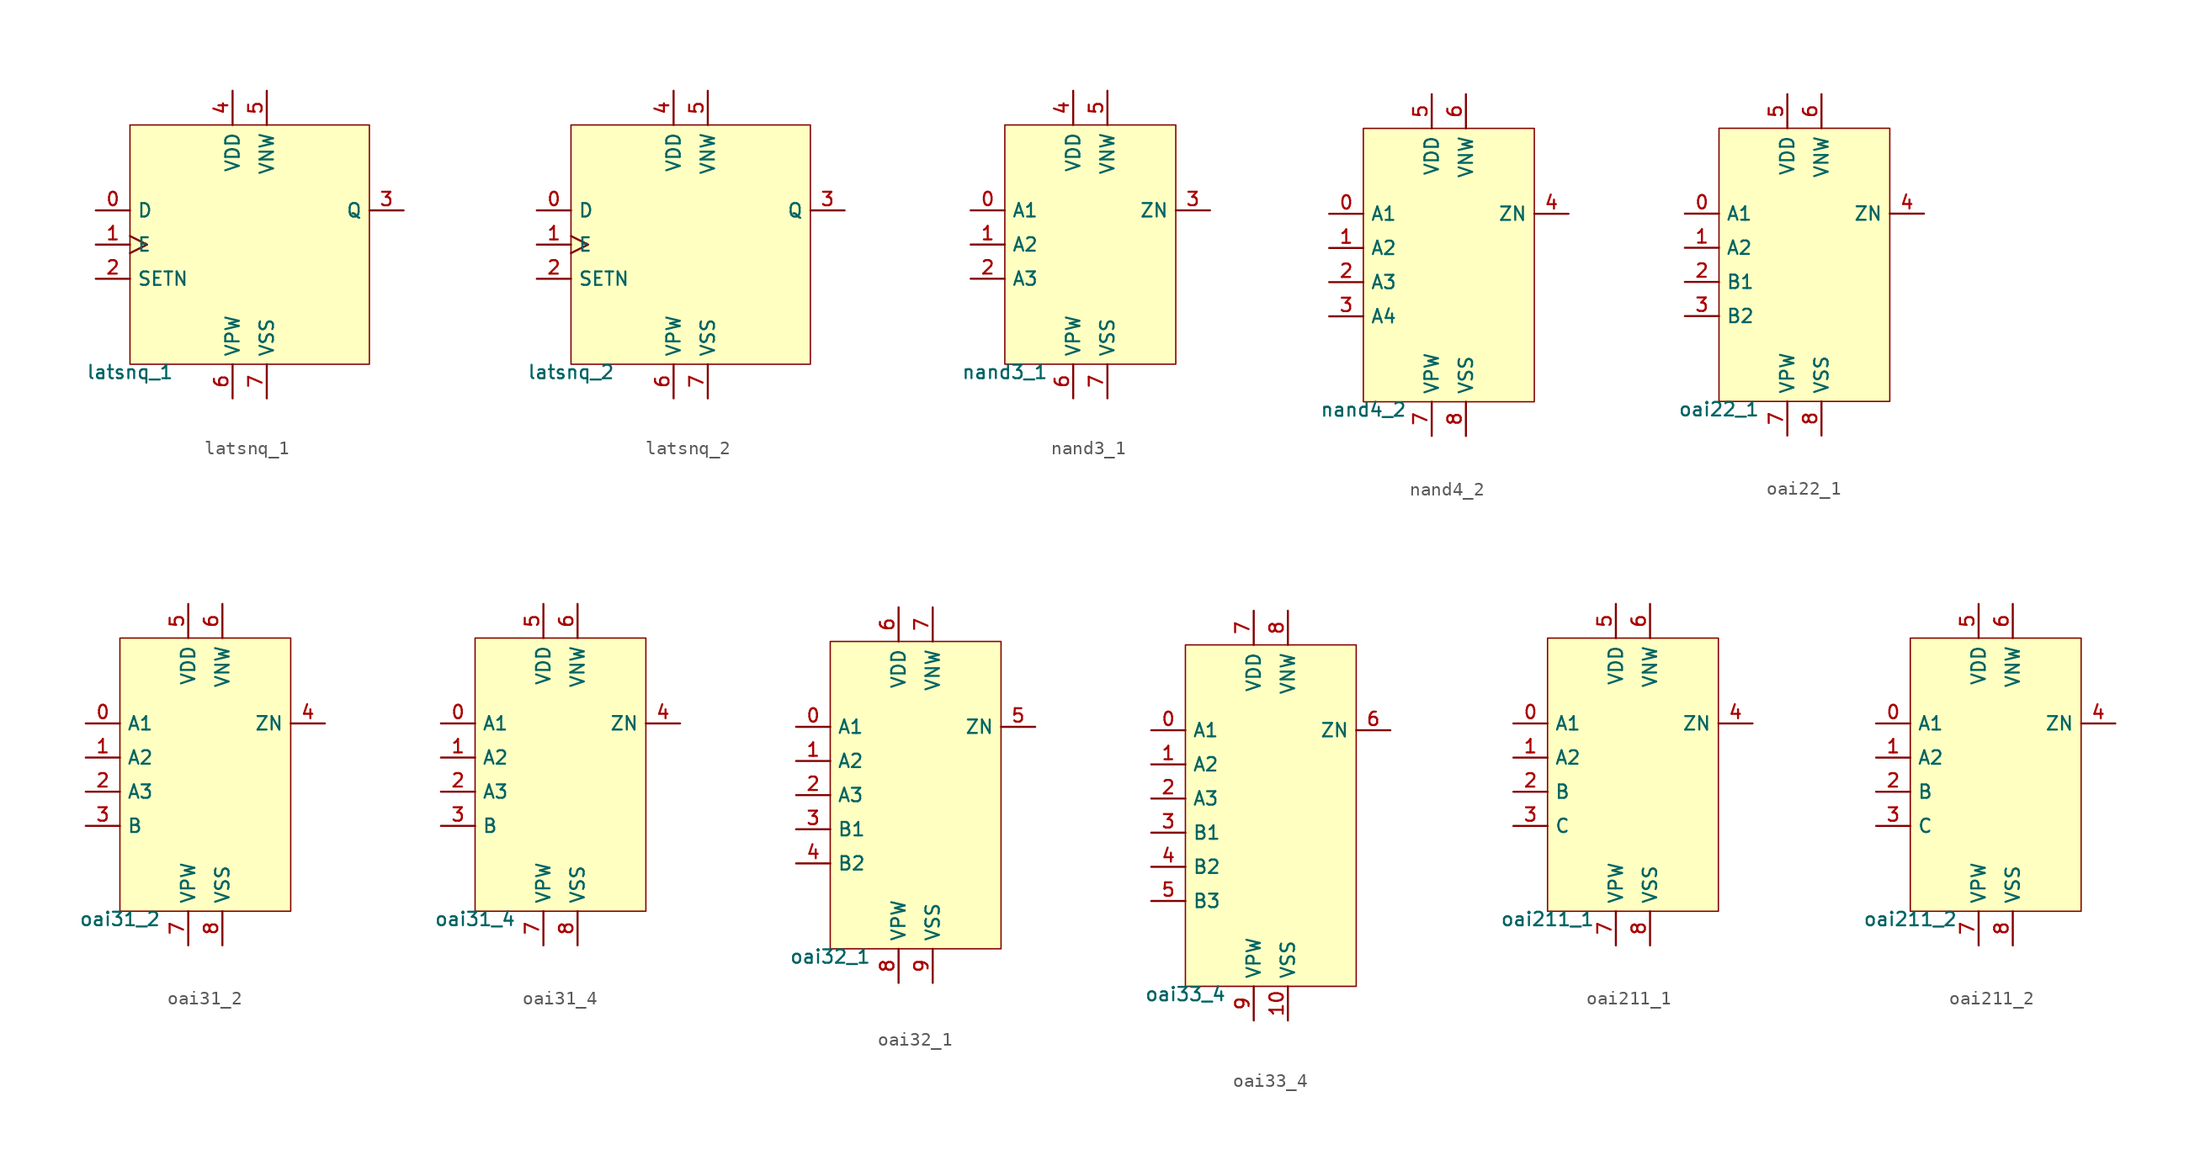
<source format=kicad_sym>
(kicad_symbol_lib
  (version 20211014)
  (generator pdk2kicad)
  (symbol "latsnq_1"
    (property "Reference" "X"
      (at 0 0 0)
      (effects (font (size 1 1)) hide))
    (property "Value" "latsnq_1"
      (at -8.89 -8.89 0)
      (effects (font (size 1 1)) (justify top)))
    (rectangle
      (start -8.89 -8.89)
      (end 8.89 8.89)
      (stroke (width 0.1) (type solid) (color 0 0 0 0))
      (fill (type background)))
    (pin input line
      (at -11.43 2.54 0)
      (length 2.54)
      (name "D" (effects (font (size 1 1)) hide))
      (number "0" (effects (font (size 1 1)) hide)))
    (pin input clock
      (at -11.43 4.440892098500626e-16 0)
      (length 2.54)
      (name "E" (effects (font (size 1 1)) hide))
      (number "1" (effects (font (size 1 1)) hide)))
    (pin input line
      (at -11.43 -2.54 0)
      (length 2.54)
      (name "SETN" (effects (font (size 1 1)) hide))
      (number "2" (effects (font (size 1 1)) hide)))
    (pin output line
      (at 11.43 2.54 180)
      (length 2.54)
      (name "Q" (effects (font (size 1 1)) hide))
      (number "3" (effects (font (size 1 1)) hide)))
    (pin power_in line
      (at -1.27 11.43 270)
      (length 2.54)
      (name "VDD" (effects (font (size 1 1)) hide))
      (number "4" (effects (font (size 1 1)) hide)))
    (pin power_in line
      (at 1.27 11.43 270)
      (length 2.54)
      (name "VNW" (effects (font (size 1 1)) hide))
      (number "5" (effects (font (size 1 1)) hide)))
    (pin power_in line
      (at -1.27 -11.43 90)
      (length 2.54)
      (name "VPW" (effects (font (size 1 1)) hide))
      (number "6" (effects (font (size 1 1)) hide)))
    (pin power_in line
      (at 1.27 -11.43 90)
      (length 2.54)
      (name "VSS" (effects (font (size 1 1)) hide))
      (number "7" (effects (font (size 1 1)) hide))))
  (symbol "latsnq_2"
    (property "Reference" "X"
      (at 0 0 0)
      (effects (font (size 1 1)) hide))
    (property "Value" "latsnq_2"
      (at -8.89 -8.89 0)
      (effects (font (size 1 1)) (justify top)))
    (rectangle
      (start -8.89 -8.89)
      (end 8.89 8.89)
      (stroke (width 0.1) (type solid) (color 0 0 0 0))
      (fill (type background)))
    (pin input line
      (at -11.43 2.54 0)
      (length 2.54)
      (name "D" (effects (font (size 1 1)) hide))
      (number "0" (effects (font (size 1 1)) hide)))
    (pin input clock
      (at -11.43 4.440892098500626e-16 0)
      (length 2.54)
      (name "E" (effects (font (size 1 1)) hide))
      (number "1" (effects (font (size 1 1)) hide)))
    (pin input line
      (at -11.43 -2.54 0)
      (length 2.54)
      (name "SETN" (effects (font (size 1 1)) hide))
      (number "2" (effects (font (size 1 1)) hide)))
    (pin output line
      (at 11.43 2.54 180)
      (length 2.54)
      (name "Q" (effects (font (size 1 1)) hide))
      (number "3" (effects (font (size 1 1)) hide)))
    (pin power_in line
      (at -1.27 11.43 270)
      (length 2.54)
      (name "VDD" (effects (font (size 1 1)) hide))
      (number "4" (effects (font (size 1 1)) hide)))
    (pin power_in line
      (at 1.27 11.43 270)
      (length 2.54)
      (name "VNW" (effects (font (size 1 1)) hide))
      (number "5" (effects (font (size 1 1)) hide)))
    (pin power_in line
      (at -1.27 -11.43 90)
      (length 2.54)
      (name "VPW" (effects (font (size 1 1)) hide))
      (number "6" (effects (font (size 1 1)) hide)))
    (pin power_in line
      (at 1.27 -11.43 90)
      (length 2.54)
      (name "VSS" (effects (font (size 1 1)) hide))
      (number "7" (effects (font (size 1 1)) hide))))
  (symbol "nand3_1"
    (property "Reference" "X"
      (at 0 0 0)
      (effects (font (size 1 1)) hide))
    (property "Value" "nand3_1"
      (at -6.35 -8.89 0)
      (effects (font (size 1 1)) (justify top)))
    (rectangle
      (start -6.35 -8.89)
      (end 6.35 8.89)
      (stroke (width 0.1) (type solid) (color 0 0 0 0))
      (fill (type background)))
    (pin input line
      (at -8.89 2.54 0)
      (length 2.54)
      (name "A1" (effects (font (size 1 1)) hide))
      (number "0" (effects (font (size 1 1)) hide)))
    (pin input line
      (at -8.89 4.440892098500626e-16 0)
      (length 2.54)
      (name "A2" (effects (font (size 1 1)) hide))
      (number "1" (effects (font (size 1 1)) hide)))
    (pin input line
      (at -8.89 -2.54 0)
      (length 2.54)
      (name "A3" (effects (font (size 1 1)) hide))
      (number "2" (effects (font (size 1 1)) hide)))
    (pin output line
      (at 8.89 2.54 180)
      (length 2.54)
      (name "ZN" (effects (font (size 1 1)) hide))
      (number "3" (effects (font (size 1 1)) hide)))
    (pin power_in line
      (at -1.27 11.43 270)
      (length 2.54)
      (name "VDD" (effects (font (size 1 1)) hide))
      (number "4" (effects (font (size 1 1)) hide)))
    (pin power_in line
      (at 1.27 11.43 270)
      (length 2.54)
      (name "VNW" (effects (font (size 1 1)) hide))
      (number "5" (effects (font (size 1 1)) hide)))
    (pin power_in line
      (at -1.27 -11.43 90)
      (length 2.54)
      (name "VPW" (effects (font (size 1 1)) hide))
      (number "6" (effects (font (size 1 1)) hide)))
    (pin power_in line
      (at 1.27 -11.43 90)
      (length 2.54)
      (name "VSS" (effects (font (size 1 1)) hide))
      (number "7" (effects (font (size 1 1)) hide))))
  (symbol "nand4_2"
    (property "Reference" "X"
      (at 0 0 0)
      (effects (font (size 1 1)) hide))
    (property "Value" "nand4_2"
      (at -6.35 -10.16 0)
      (effects (font (size 1 1)) (justify top)))
    (rectangle
      (start -6.35 -10.16)
      (end 6.35 10.16)
      (stroke (width 0.1) (type solid) (color 0 0 0 0))
      (fill (type background)))
    (pin input line
      (at -8.89 3.81 0)
      (length 2.54)
      (name "A1" (effects (font (size 1 1)) hide))
      (number "0" (effects (font (size 1 1)) hide)))
    (pin input line
      (at -8.89 1.27 0)
      (length 2.54)
      (name "A2" (effects (font (size 1 1)) hide))
      (number "1" (effects (font (size 1 1)) hide)))
    (pin input line
      (at -8.89 -1.27 0)
      (length 2.54)
      (name "A3" (effects (font (size 1 1)) hide))
      (number "2" (effects (font (size 1 1)) hide)))
    (pin input line
      (at -8.89 -3.81 0)
      (length 2.54)
      (name "A4" (effects (font (size 1 1)) hide))
      (number "3" (effects (font (size 1 1)) hide)))
    (pin output line
      (at 8.89 3.81 180)
      (length 2.54)
      (name "ZN" (effects (font (size 1 1)) hide))
      (number "4" (effects (font (size 1 1)) hide)))
    (pin power_in line
      (at -1.27 12.7 270)
      (length 2.54)
      (name "VDD" (effects (font (size 1 1)) hide))
      (number "5" (effects (font (size 1 1)) hide)))
    (pin power_in line
      (at 1.27 12.7 270)
      (length 2.54)
      (name "VNW" (effects (font (size 1 1)) hide))
      (number "6" (effects (font (size 1 1)) hide)))
    (pin power_in line
      (at -1.27 -12.7 90)
      (length 2.54)
      (name "VPW" (effects (font (size 1 1)) hide))
      (number "7" (effects (font (size 1 1)) hide)))
    (pin power_in line
      (at 1.27 -12.7 90)
      (length 2.54)
      (name "VSS" (effects (font (size 1 1)) hide))
      (number "8" (effects (font (size 1 1)) hide))))
  (symbol "oai22_1"
    (property "Reference" "X"
      (at 0 0 0)
      (effects (font (size 1 1)) hide))
    (property "Value" "oai22_1"
      (at -6.35 -10.16 0)
      (effects (font (size 1 1)) (justify top)))
    (rectangle
      (start -6.35 -10.16)
      (end 6.35 10.16)
      (stroke (width 0.1) (type solid) (color 0 0 0 0))
      (fill (type background)))
    (pin input line
      (at -8.89 3.81 0)
      (length 2.54)
      (name "A1" (effects (font (size 1 1)) hide))
      (number "0" (effects (font (size 1 1)) hide)))
    (pin input line
      (at -8.89 1.27 0)
      (length 2.54)
      (name "A2" (effects (font (size 1 1)) hide))
      (number "1" (effects (font (size 1 1)) hide)))
    (pin input line
      (at -8.89 -1.27 0)
      (length 2.54)
      (name "B1" (effects (font (size 1 1)) hide))
      (number "2" (effects (font (size 1 1)) hide)))
    (pin input line
      (at -8.89 -3.81 0)
      (length 2.54)
      (name "B2" (effects (font (size 1 1)) hide))
      (number "3" (effects (font (size 1 1)) hide)))
    (pin output line
      (at 8.89 3.81 180)
      (length 2.54)
      (name "ZN" (effects (font (size 1 1)) hide))
      (number "4" (effects (font (size 1 1)) hide)))
    (pin power_in line
      (at -1.27 12.7 270)
      (length 2.54)
      (name "VDD" (effects (font (size 1 1)) hide))
      (number "5" (effects (font (size 1 1)) hide)))
    (pin power_in line
      (at 1.27 12.7 270)
      (length 2.54)
      (name "VNW" (effects (font (size 1 1)) hide))
      (number "6" (effects (font (size 1 1)) hide)))
    (pin power_in line
      (at -1.27 -12.7 90)
      (length 2.54)
      (name "VPW" (effects (font (size 1 1)) hide))
      (number "7" (effects (font (size 1 1)) hide)))
    (pin power_in line
      (at 1.27 -12.7 90)
      (length 2.54)
      (name "VSS" (effects (font (size 1 1)) hide))
      (number "8" (effects (font (size 1 1)) hide))))
  (symbol "oai31_2"
    (property "Reference" "X"
      (at 0 0 0)
      (effects (font (size 1 1)) hide))
    (property "Value" "oai31_2"
      (at -6.35 -10.16 0)
      (effects (font (size 1 1)) (justify top)))
    (rectangle
      (start -6.35 -10.16)
      (end 6.35 10.16)
      (stroke (width 0.1) (type solid) (color 0 0 0 0))
      (fill (type background)))
    (pin input line
      (at -8.89 3.81 0)
      (length 2.54)
      (name "A1" (effects (font (size 1 1)) hide))
      (number "0" (effects (font (size 1 1)) hide)))
    (pin input line
      (at -8.89 1.27 0)
      (length 2.54)
      (name "A2" (effects (font (size 1 1)) hide))
      (number "1" (effects (font (size 1 1)) hide)))
    (pin input line
      (at -8.89 -1.27 0)
      (length 2.54)
      (name "A3" (effects (font (size 1 1)) hide))
      (number "2" (effects (font (size 1 1)) hide)))
    (pin input line
      (at -8.89 -3.81 0)
      (length 2.54)
      (name "B" (effects (font (size 1 1)) hide))
      (number "3" (effects (font (size 1 1)) hide)))
    (pin output line
      (at 8.89 3.81 180)
      (length 2.54)
      (name "ZN" (effects (font (size 1 1)) hide))
      (number "4" (effects (font (size 1 1)) hide)))
    (pin power_in line
      (at -1.27 12.7 270)
      (length 2.54)
      (name "VDD" (effects (font (size 1 1)) hide))
      (number "5" (effects (font (size 1 1)) hide)))
    (pin power_in line
      (at 1.27 12.7 270)
      (length 2.54)
      (name "VNW" (effects (font (size 1 1)) hide))
      (number "6" (effects (font (size 1 1)) hide)))
    (pin power_in line
      (at -1.27 -12.7 90)
      (length 2.54)
      (name "VPW" (effects (font (size 1 1)) hide))
      (number "7" (effects (font (size 1 1)) hide)))
    (pin power_in line
      (at 1.27 -12.7 90)
      (length 2.54)
      (name "VSS" (effects (font (size 1 1)) hide))
      (number "8" (effects (font (size 1 1)) hide))))
  (symbol "oai31_4"
    (property "Reference" "X"
      (at 0 0 0)
      (effects (font (size 1 1)) hide))
    (property "Value" "oai31_4"
      (at -6.35 -10.16 0)
      (effects (font (size 1 1)) (justify top)))
    (rectangle
      (start -6.35 -10.16)
      (end 6.35 10.16)
      (stroke (width 0.1) (type solid) (color 0 0 0 0))
      (fill (type background)))
    (pin input line
      (at -8.89 3.81 0)
      (length 2.54)
      (name "A1" (effects (font (size 1 1)) hide))
      (number "0" (effects (font (size 1 1)) hide)))
    (pin input line
      (at -8.89 1.27 0)
      (length 2.54)
      (name "A2" (effects (font (size 1 1)) hide))
      (number "1" (effects (font (size 1 1)) hide)))
    (pin input line
      (at -8.89 -1.27 0)
      (length 2.54)
      (name "A3" (effects (font (size 1 1)) hide))
      (number "2" (effects (font (size 1 1)) hide)))
    (pin input line
      (at -8.89 -3.81 0)
      (length 2.54)
      (name "B" (effects (font (size 1 1)) hide))
      (number "3" (effects (font (size 1 1)) hide)))
    (pin output line
      (at 8.89 3.81 180)
      (length 2.54)
      (name "ZN" (effects (font (size 1 1)) hide))
      (number "4" (effects (font (size 1 1)) hide)))
    (pin power_in line
      (at -1.27 12.7 270)
      (length 2.54)
      (name "VDD" (effects (font (size 1 1)) hide))
      (number "5" (effects (font (size 1 1)) hide)))
    (pin power_in line
      (at 1.27 12.7 270)
      (length 2.54)
      (name "VNW" (effects (font (size 1 1)) hide))
      (number "6" (effects (font (size 1 1)) hide)))
    (pin power_in line
      (at -1.27 -12.7 90)
      (length 2.54)
      (name "VPW" (effects (font (size 1 1)) hide))
      (number "7" (effects (font (size 1 1)) hide)))
    (pin power_in line
      (at 1.27 -12.7 90)
      (length 2.54)
      (name "VSS" (effects (font (size 1 1)) hide))
      (number "8" (effects (font (size 1 1)) hide))))
  (symbol "oai32_1"
    (property "Reference" "X"
      (at 0 0 0)
      (effects (font (size 1 1)) hide))
    (property "Value" "oai32_1"
      (at -6.35 -11.43 0)
      (effects (font (size 1 1)) (justify top)))
    (rectangle
      (start -6.35 -11.43)
      (end 6.35 11.43)
      (stroke (width 0.1) (type solid) (color 0 0 0 0))
      (fill (type background)))
    (pin input line
      (at -8.89 5.08 0)
      (length 2.54)
      (name "A1" (effects (font (size 1 1)) hide))
      (number "0" (effects (font (size 1 1)) hide)))
    (pin input line
      (at -8.89 2.54 0)
      (length 2.54)
      (name "A2" (effects (font (size 1 1)) hide))
      (number "1" (effects (font (size 1 1)) hide)))
    (pin input line
      (at -8.89 -4.440892098500626e-16 0)
      (length 2.54)
      (name "A3" (effects (font (size 1 1)) hide))
      (number "2" (effects (font (size 1 1)) hide)))
    (pin input line
      (at -8.89 -2.54 0)
      (length 2.54)
      (name "B1" (effects (font (size 1 1)) hide))
      (number "3" (effects (font (size 1 1)) hide)))
    (pin input line
      (at -8.89 -5.08 0)
      (length 2.54)
      (name "B2" (effects (font (size 1 1)) hide))
      (number "4" (effects (font (size 1 1)) hide)))
    (pin output line
      (at 8.89 5.08 180)
      (length 2.54)
      (name "ZN" (effects (font (size 1 1)) hide))
      (number "5" (effects (font (size 1 1)) hide)))
    (pin power_in line
      (at -1.27 13.97 270)
      (length 2.54)
      (name "VDD" (effects (font (size 1 1)) hide))
      (number "6" (effects (font (size 1 1)) hide)))
    (pin power_in line
      (at 1.27 13.97 270)
      (length 2.54)
      (name "VNW" (effects (font (size 1 1)) hide))
      (number "7" (effects (font (size 1 1)) hide)))
    (pin power_in line
      (at -1.27 -13.97 90)
      (length 2.54)
      (name "VPW" (effects (font (size 1 1)) hide))
      (number "8" (effects (font (size 1 1)) hide)))
    (pin power_in line
      (at 1.27 -13.97 90)
      (length 2.54)
      (name "VSS" (effects (font (size 1 1)) hide))
      (number "9" (effects (font (size 1 1)) hide))))
  (symbol "oai33_4"
    (property "Reference" "X"
      (at 0 0 0)
      (effects (font (size 1 1)) hide))
    (property "Value" "oai33_4"
      (at -6.35 -12.7 0)
      (effects (font (size 1 1)) (justify top)))
    (rectangle
      (start -6.35 -12.7)
      (end 6.35 12.7)
      (stroke (width 0.1) (type solid) (color 0 0 0 0))
      (fill (type background)))
    (pin input line
      (at -8.89 6.35 0)
      (length 2.54)
      (name "A1" (effects (font (size 1 1)) hide))
      (number "0" (effects (font (size 1 1)) hide)))
    (pin input line
      (at -8.89 3.81 0)
      (length 2.54)
      (name "A2" (effects (font (size 1 1)) hide))
      (number "1" (effects (font (size 1 1)) hide)))
    (pin input line
      (at -8.89 1.27 0)
      (length 2.54)
      (name "A3" (effects (font (size 1 1)) hide))
      (number "2" (effects (font (size 1 1)) hide)))
    (pin input line
      (at -8.89 -1.27 0)
      (length 2.54)
      (name "B1" (effects (font (size 1 1)) hide))
      (number "3" (effects (font (size 1 1)) hide)))
    (pin input line
      (at -8.89 -3.81 0)
      (length 2.54)
      (name "B2" (effects (font (size 1 1)) hide))
      (number "4" (effects (font (size 1 1)) hide)))
    (pin input line
      (at -8.89 -6.35 0)
      (length 2.54)
      (name "B3" (effects (font (size 1 1)) hide))
      (number "5" (effects (font (size 1 1)) hide)))
    (pin output line
      (at 8.89 6.35 180)
      (length 2.54)
      (name "ZN" (effects (font (size 1 1)) hide))
      (number "6" (effects (font (size 1 1)) hide)))
    (pin power_in line
      (at -1.27 15.24 270)
      (length 2.54)
      (name "VDD" (effects (font (size 1 1)) hide))
      (number "7" (effects (font (size 1 1)) hide)))
    (pin power_in line
      (at 1.27 15.24 270)
      (length 2.54)
      (name "VNW" (effects (font (size 1 1)) hide))
      (number "8" (effects (font (size 1 1)) hide)))
    (pin power_in line
      (at -1.27 -15.24 90)
      (length 2.54)
      (name "VPW" (effects (font (size 1 1)) hide))
      (number "9" (effects (font (size 1 1)) hide)))
    (pin power_in line
      (at 1.27 -15.24 90)
      (length 2.54)
      (name "VSS" (effects (font (size 1 1)) hide))
      (number "10" (effects (font (size 1 1)) hide))))
  (symbol "oai211_1"
    (property "Reference" "X"
      (at 0 0 0)
      (effects (font (size 1 1)) hide))
    (property "Value" "oai211_1"
      (at -6.35 -10.16 0)
      (effects (font (size 1 1)) (justify top)))
    (rectangle
      (start -6.35 -10.16)
      (end 6.35 10.16)
      (stroke (width 0.1) (type solid) (color 0 0 0 0))
      (fill (type background)))
    (pin input line
      (at -8.89 3.81 0)
      (length 2.54)
      (name "A1" (effects (font (size 1 1)) hide))
      (number "0" (effects (font (size 1 1)) hide)))
    (pin input line
      (at -8.89 1.27 0)
      (length 2.54)
      (name "A2" (effects (font (size 1 1)) hide))
      (number "1" (effects (font (size 1 1)) hide)))
    (pin input line
      (at -8.89 -1.27 0)
      (length 2.54)
      (name "B" (effects (font (size 1 1)) hide))
      (number "2" (effects (font (size 1 1)) hide)))
    (pin input line
      (at -8.89 -3.81 0)
      (length 2.54)
      (name "C" (effects (font (size 1 1)) hide))
      (number "3" (effects (font (size 1 1)) hide)))
    (pin output line
      (at 8.89 3.81 180)
      (length 2.54)
      (name "ZN" (effects (font (size 1 1)) hide))
      (number "4" (effects (font (size 1 1)) hide)))
    (pin power_in line
      (at -1.27 12.7 270)
      (length 2.54)
      (name "VDD" (effects (font (size 1 1)) hide))
      (number "5" (effects (font (size 1 1)) hide)))
    (pin power_in line
      (at 1.27 12.7 270)
      (length 2.54)
      (name "VNW" (effects (font (size 1 1)) hide))
      (number "6" (effects (font (size 1 1)) hide)))
    (pin power_in line
      (at -1.27 -12.7 90)
      (length 2.54)
      (name "VPW" (effects (font (size 1 1)) hide))
      (number "7" (effects (font (size 1 1)) hide)))
    (pin power_in line
      (at 1.27 -12.7 90)
      (length 2.54)
      (name "VSS" (effects (font (size 1 1)) hide))
      (number "8" (effects (font (size 1 1)) hide))))
  (symbol "oai211_2"
    (property "Reference" "X"
      (at 0 0 0)
      (effects (font (size 1 1)) hide))
    (property "Value" "oai211_2"
      (at -6.35 -10.16 0)
      (effects (font (size 1 1)) (justify top)))
    (rectangle
      (start -6.35 -10.16)
      (end 6.35 10.16)
      (stroke (width 0.1) (type solid) (color 0 0 0 0))
      (fill (type background)))
    (pin input line
      (at -8.89 3.81 0)
      (length 2.54)
      (name "A1" (effects (font (size 1 1)) hide))
      (number "0" (effects (font (size 1 1)) hide)))
    (pin input line
      (at -8.89 1.27 0)
      (length 2.54)
      (name "A2" (effects (font (size 1 1)) hide))
      (number "1" (effects (font (size 1 1)) hide)))
    (pin input line
      (at -8.89 -1.27 0)
      (length 2.54)
      (name "B" (effects (font (size 1 1)) hide))
      (number "2" (effects (font (size 1 1)) hide)))
    (pin input line
      (at -8.89 -3.81 0)
      (length 2.54)
      (name "C" (effects (font (size 1 1)) hide))
      (number "3" (effects (font (size 1 1)) hide)))
    (pin output line
      (at 8.89 3.81 180)
      (length 2.54)
      (name "ZN" (effects (font (size 1 1)) hide))
      (number "4" (effects (font (size 1 1)) hide)))
    (pin power_in line
      (at -1.27 12.7 270)
      (length 2.54)
      (name "VDD" (effects (font (size 1 1)) hide))
      (number "5" (effects (font (size 1 1)) hide)))
    (pin power_in line
      (at 1.27 12.7 270)
      (length 2.54)
      (name "VNW" (effects (font (size 1 1)) hide))
      (number "6" (effects (font (size 1 1)) hide)))
    (pin power_in line
      (at -1.27 -12.7 90)
      (length 2.54)
      (name "VPW" (effects (font (size 1 1)) hide))
      (number "7" (effects (font (size 1 1)) hide)))
    (pin power_in line
      (at 1.27 -12.7 90)
      (length 2.54)
      (name "VSS" (effects (font (size 1 1)) hide))
      (number "8" (effects (font (size 1 1)) hide)))))
</source>
